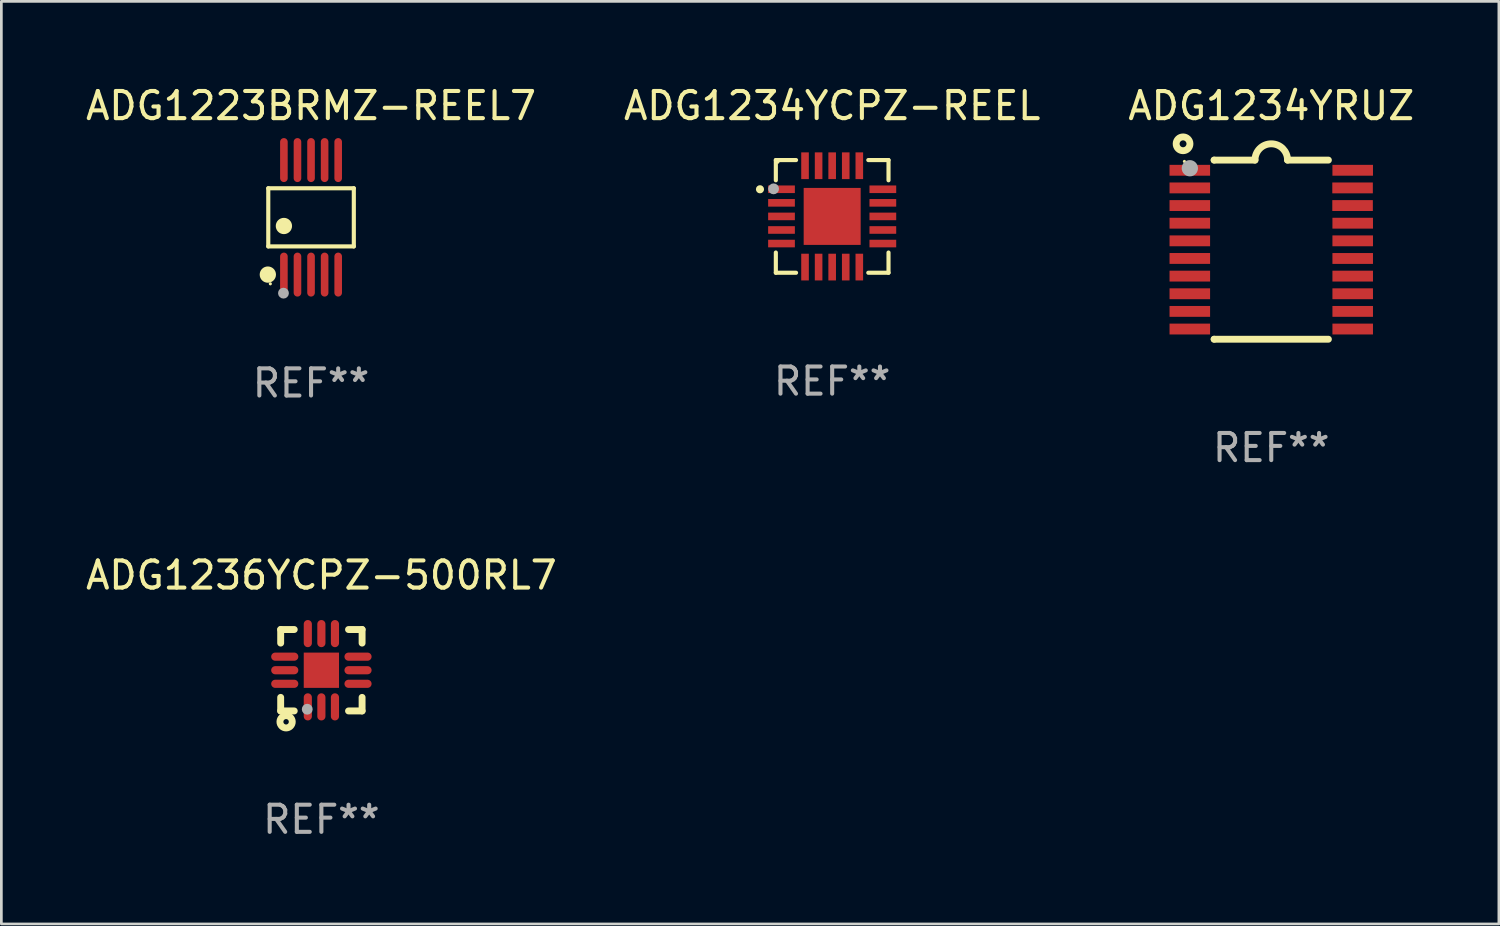
<source format=kicad_pcb>
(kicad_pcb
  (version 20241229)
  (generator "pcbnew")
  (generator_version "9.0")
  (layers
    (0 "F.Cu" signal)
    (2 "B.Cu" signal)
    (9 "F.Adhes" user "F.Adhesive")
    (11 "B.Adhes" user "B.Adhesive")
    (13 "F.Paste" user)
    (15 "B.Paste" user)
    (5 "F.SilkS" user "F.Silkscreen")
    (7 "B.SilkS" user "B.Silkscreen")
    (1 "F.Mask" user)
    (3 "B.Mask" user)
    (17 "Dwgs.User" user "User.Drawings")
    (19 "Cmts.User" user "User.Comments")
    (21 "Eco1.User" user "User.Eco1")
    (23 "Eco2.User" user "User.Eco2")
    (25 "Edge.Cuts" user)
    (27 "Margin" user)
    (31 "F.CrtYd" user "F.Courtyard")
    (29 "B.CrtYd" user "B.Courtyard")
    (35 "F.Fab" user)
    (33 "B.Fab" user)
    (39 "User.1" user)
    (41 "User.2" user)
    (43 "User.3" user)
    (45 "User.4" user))
  (footprint "ADG1236YCPZ-500RL7"
    (layer "F.Cu")
    (at 8.792 21.646)
    (property "Reference" "ADG1236YCPZ-500RL7" (at 0 -3.5 0) (layer "F.SilkS") (effects (font (size 1 1) (thickness 0.15))))
    (attr through_hole)
    (fp_line (start -1.5 -1.5) (end -1.5 -1) (stroke (width 0.254) (type solid)) (layer "F.SilkS"))
    (fp_line (start -1.5 -1.5) (end -1 -1.5) (stroke (width 0.254) (type solid)) (layer "F.SilkS"))
    (fp_line (start -1.5 1.5) (end -1.5 1) (stroke (width 0.254) (type solid)) (layer "F.SilkS"))
    (fp_line (start -1.5 1.5) (end -1 1.5) (stroke (width 0.254) (type solid)) (layer "F.SilkS"))
    (fp_line (start 1.5 -1.5) (end 1 -1.5) (stroke (width 0.254) (type solid)) (layer "F.SilkS"))
    (fp_line (start 1.5 -1.5) (end 1.5 -1) (stroke (width 0.254) (type solid)) (layer "F.SilkS"))
    (fp_line (start 1.5 1.5) (end 1 1.5) (stroke (width 0.254) (type solid)) (layer "F.SilkS"))
    (fp_line (start 1.5 1.5) (end 1.5 1) (stroke (width 0.254) (type solid)) (layer "F.SilkS"))
    (fp_circle (center -1.5 1.5) (end -1.47 1.5) (stroke (width 0.06) (type solid)) (fill no) (layer "F.SilkS"))
    (fp_circle (center -1.3 1.9) (end -1.2 1.9) (stroke (width 0.254) (type solid)) (fill no) (layer "F.SilkS"))
    (fp_circle (center -0.521 1.437) (end -0.421 1.437) (stroke (width 0.2) (type solid)) (fill no) (layer "F.Fab"))
    (fp_text user "REF**" (at 0 5.5 0) (layer "F.Fab") (effects (font (size 1 1) (thickness 0.15))))
    (pad "1" smd oval (at -0.5 1.35 180) (size 0.3 1) (layers "F.Cu" "F.Mask" "F.Paste"))
    (pad "2" smd oval (at -0.000064 1.35 180) (size 0.3 1) (layers "F.Cu" "F.Mask" "F.Paste"))
    (pad "3" smd oval (at 0.5 1.35 180) (size 0.3 1) (layers "F.Cu" "F.Mask" "F.Paste"))
    (pad "4" smd oval (at 1.35 0.5) (size 1 0.3) (layers "F.Cu" "F.Mask" "F.Paste"))
    (pad "5" smd oval (at 1.35 0.000038) (size 1 0.3) (layers "F.Cu" "F.Mask" "F.Paste"))
    (pad "6" smd oval (at 1.35 -0.5) (size 1 0.3) (layers "F.Cu" "F.Mask" "F.Paste"))
    (pad "7" smd oval (at 0.5 -1.35 180) (size 0.3 1) (layers "F.Cu" "F.Mask" "F.Paste"))
    (pad "8" smd oval (at -0.000064 -1.35 180) (size 0.3 1) (layers "F.Cu" "F.Mask" "F.Paste"))
    (pad "9" smd oval (at -0.5 -1.35 180) (size 0.3 1) (layers "F.Cu" "F.Mask" "F.Paste"))
    (pad "10" smd oval (at -1.35 -0.5) (size 1 0.3) (layers "F.Cu" "F.Mask" "F.Paste"))
    (pad "11" smd oval (at -1.35 0.000038) (size 1 0.3) (layers "F.Cu" "F.Mask" "F.Paste"))
    (pad "12" smd oval (at -1.35 0.5) (size 1 0.3) (layers "F.Cu" "F.Mask" "F.Paste"))
    (pad "13" smd rect (at -0.000064 0.000038 90) (size 1.3 1.3) (layers "F.Cu" "F.Mask" "F.Paste")))
  (footprint "ADG1234YRUZ"
    (layer "F.Cu")
    (at 43.792 6.149)
    (property "Reference" "ADG1234YRUZ" (at 0 -5.3 0) (layer "F.SilkS") (effects (font (size 1 1) (thickness 0.15))))
    (attr through_hole)
    (fp_line (start -2.105 -3.3) (end -2.105 -3.3) (stroke (width 0.254) (type solid)) (layer "F.SilkS"))
    (fp_line (start -2.105 -3.3) (end -0.6 -3.3) (stroke (width 0.254) (type solid)) (layer "F.SilkS"))
    (fp_line (start -2.105 3.3) (end -2.105 3.3) (stroke (width 0.254) (type solid)) (layer "F.SilkS"))
    (fp_line (start 0.6 -3.3) (end 2.105 -3.3) (stroke (width 0.254) (type solid)) (layer "F.SilkS"))
    (fp_line (start 2.105 3.3) (end -2.105 3.3) (stroke (width 0.254) (type solid)) (layer "F.SilkS"))
    (fp_arc (start -0.599924 -3.300026) (mid 0.000114 -3.897415) (end 0.600152 -3.300025) (stroke (width 0.254001) (type solid)) (layer "F.SilkS"))
    (fp_circle (center -3.25 -3.9) (end -2.996 -3.9) (stroke (width 0.254) (type solid)) (fill no) (layer "F.SilkS"))
    (fp_circle (center -3.2 -3.25) (end -3.17 -3.25) (stroke (width 0.06) (type solid)) (fill no) (layer "F.SilkS"))
    (fp_circle (center -3 -3) (end -2.85 -3) (stroke (width 0.3) (type solid)) (fill no) (layer "F.Fab"))
    (fp_text user "REF**" (at 0 7.3 0) (layer "F.Fab") (effects (font (size 1 1) (thickness 0.15))))
    (pad "1" smd rect (at -3.001 -2.925 270) (size 0.4 1.494) (layers "F.Cu" "F.Mask" "F.Paste"))
    (pad "2" smd rect (at -3.001 -2.275 270) (size 0.4 1.494) (layers "F.Cu" "F.Mask" "F.Paste"))
    (pad "3" smd rect (at -3.001 -1.625 270) (size 0.4 1.494) (layers "F.Cu" "F.Mask" "F.Paste"))
    (pad "4" smd rect (at -3.001 -0.975 270) (size 0.4 1.494) (layers "F.Cu" "F.Mask" "F.Paste"))
    (pad "5" smd rect (at -3.001 -0.325 270) (size 0.4 1.494) (layers "F.Cu" "F.Mask" "F.Paste"))
    (pad "6" smd rect (at -3.001 0.324 270) (size 0.4 1.494) (layers "F.Cu" "F.Mask" "F.Paste"))
    (pad "7" smd rect (at -3.001 0.975 270) (size 0.4 1.494) (layers "F.Cu" "F.Mask" "F.Paste"))
    (pad "8" smd rect (at -3.001 1.625 270) (size 0.4 1.494) (layers "F.Cu" "F.Mask" "F.Paste"))
    (pad "9" smd rect (at -3.001 2.275 270) (size 0.4 1.494) (layers "F.Cu" "F.Mask" "F.Paste"))
    (pad "10" smd rect (at -3.001 2.925 270) (size 0.4 1.494) (layers "F.Cu" "F.Mask" "F.Paste"))
    (pad "11" smd rect (at 3.001 2.925 270) (size 0.4 1.494) (layers "F.Cu" "F.Mask" "F.Paste"))
    (pad "12" smd rect (at 3.001 2.275 270) (size 0.4 1.494) (layers "F.Cu" "F.Mask" "F.Paste"))
    (pad "13" smd rect (at 3.001 1.625 270) (size 0.4 1.494) (layers "F.Cu" "F.Mask" "F.Paste"))
    (pad "14" smd rect (at 3.001 0.975 270) (size 0.4 1.494) (layers "F.Cu" "F.Mask" "F.Paste"))
    (pad "15" smd rect (at 3.001 0.325 270) (size 0.4 1.494) (layers "F.Cu" "F.Mask" "F.Paste"))
    (pad "16" smd rect (at 3.001 -0.325 270) (size 0.4 1.494) (layers "F.Cu" "F.Mask" "F.Paste"))
    (pad "17" smd rect (at 3.001 -0.975 270) (size 0.4 1.494) (layers "F.Cu" "F.Mask" "F.Paste"))
    (pad "18" smd rect (at 2.996 -1.625 270) (size 0.4 1.494) (layers "F.Cu" "F.Mask" "F.Paste"))
    (pad "19" smd rect (at 2.996 -2.275 270) (size 0.4 1.494) (layers "F.Cu" "F.Mask" "F.Paste"))
    (pad "20" smd rect (at 3.001 -2.925 270) (size 0.4 1.494) (layers "F.Cu" "F.Mask" "F.Paste")))
  (footprint "ADG1234YCPZ-REEL"
    (layer "F.Cu")
    (at 27.613 4.924)
    (property "Reference" "ADG1234YCPZ-REEL" (at 0 -4.076 0) (layer "F.SilkS") (effects (font (size 1 1) (thickness 0.15))))
    (attr through_hole)
    (fp_line (start -2.076 -2.076) (end -2.076 -1.331) (stroke (width 0.152) (type solid)) (layer "F.SilkS"))
    (fp_line (start -2.076 2.076) (end -2.076 1.331) (stroke (width 0.152) (type solid)) (layer "F.SilkS"))
    (fp_line (start -1.331 -2.076) (end -2.076 -2.076) (stroke (width 0.152) (type solid)) (layer "F.SilkS"))
    (fp_line (start -1.331 2.076) (end -2.076 2.076) (stroke (width 0.152) (type solid)) (layer "F.SilkS"))
    (fp_line (start 1.331 -2.076) (end 2.076 -2.076) (stroke (width 0.152) (type solid)) (layer "F.SilkS"))
    (fp_line (start 1.331 2.076) (end 2.076 2.076) (stroke (width 0.152) (type solid)) (layer "F.SilkS"))
    (fp_line (start 2.076 -2.076) (end 2.076 -1.331) (stroke (width 0.152) (type solid)) (layer "F.SilkS"))
    (fp_line (start 2.076 2.076) (end 2.076 1.331) (stroke (width 0.152) (type solid)) (layer "F.SilkS"))
    (fp_circle (center -2.66 -1) (end -2.585 -1) (stroke (width 0.15) (type solid)) (fill no) (layer "F.SilkS"))
    (fp_circle (center -2 -2) (end -1.97 -2) (stroke (width 0.06) (type solid)) (fill no) (layer "F.SilkS"))
    (fp_circle (center -2.159 -1.016) (end -2.059 -1.016) (stroke (width 0.2) (type solid)) (fill no) (layer "F.Fab"))
    (fp_text user "REF**" (at 0 6.076 0) (layer "F.Fab") (effects (font (size 1 1) (thickness 0.15))))
    (pad "1" smd rect (at -1.867 -1) (size 0.985 0.28) (layers "F.Cu" "F.Mask" "F.Paste"))
    (pad "2" smd rect (at -1.867 -0.5) (size 0.985 0.28) (layers "F.Cu" "F.Mask" "F.Paste"))
    (pad "3" smd rect (at -1.867 0) (size 0.985 0.28) (layers "F.Cu" "F.Mask" "F.Paste"))
    (pad "4" smd rect (at -1.867 0.5) (size 0.985 0.28) (layers "F.Cu" "F.Mask" "F.Paste"))
    (pad "5" smd rect (at -1.867 1) (size 0.985 0.28) (layers "F.Cu" "F.Mask" "F.Paste"))
    (pad "6" smd rect (at -1 1.867) (size 0.28 0.985) (layers "F.Cu" "F.Mask" "F.Paste"))
    (pad "7" smd rect (at -0.5 1.867) (size 0.28 0.985) (layers "F.Cu" "F.Mask" "F.Paste"))
    (pad "8" smd rect (at 0 1.867) (size 0.28 0.985) (layers "F.Cu" "F.Mask" "F.Paste"))
    (pad "9" smd rect (at 0.5 1.867) (size 0.28 0.985) (layers "F.Cu" "F.Mask" "F.Paste"))
    (pad "10" smd rect (at 1 1.867) (size 0.28 0.985) (layers "F.Cu" "F.Mask" "F.Paste"))
    (pad "11" smd rect (at 1.867 1) (size 0.985 0.28) (layers "F.Cu" "F.Mask" "F.Paste"))
    (pad "12" smd rect (at 1.867 0.5) (size 0.985 0.28) (layers "F.Cu" "F.Mask" "F.Paste"))
    (pad "13" smd rect (at 1.867 0) (size 0.985 0.28) (layers "F.Cu" "F.Mask" "F.Paste"))
    (pad "14" smd rect (at 1.867 -0.5) (size 0.985 0.28) (layers "F.Cu" "F.Mask" "F.Paste"))
    (pad "15" smd rect (at 1.867 -1) (size 0.985 0.28) (layers "F.Cu" "F.Mask" "F.Paste"))
    (pad "16" smd rect (at 1 -1.867) (size 0.28 0.985) (layers "F.Cu" "F.Mask" "F.Paste"))
    (pad "17" smd rect (at 0.5 -1.867) (size 0.28 0.985) (layers "F.Cu" "F.Mask" "F.Paste"))
    (pad "18" smd rect (at 0 -1.867) (size 0.28 0.985) (layers "F.Cu" "F.Mask" "F.Paste"))
    (pad "19" smd rect (at -0.5 -1.867) (size 0.28 0.985) (layers "F.Cu" "F.Mask" "F.Paste"))
    (pad "20" smd rect (at -1 -1.867) (size 0.28 0.985) (layers "F.Cu" "F.Mask" "F.Paste"))
    (pad "21" smd rect (at 0 0) (size 2.1 2.1) (layers "F.Cu" "F.Mask" "F.Paste")))
  (footprint "ADG1223BRMZ-REEL7"
    (layer "F.Cu")
    (at 8.411 4.958)
    (property "Reference" "ADG1223BRMZ-REEL7" (at 0 -4.11 0) (layer "F.SilkS") (effects (font (size 1 1) (thickness 0.15))))
    (attr through_hole)
    (fp_line (start -1.576 -1.071) (end 1.576 -1.071) (stroke (width 0.152) (type solid)) (layer "F.SilkS"))
    (fp_line (start -1.576 1.071) (end -1.576 -1.071) (stroke (width 0.152) (type solid)) (layer "F.SilkS"))
    (fp_line (start 1.576 -1.071) (end 1.576 1.071) (stroke (width 0.152) (type solid)) (layer "F.SilkS"))
    (fp_line (start 1.576 1.071) (end -1.576 1.071) (stroke (width 0.152) (type solid)) (layer "F.SilkS"))
    (fp_circle (center -1.592 2.11) (end -1.442 2.11) (stroke (width 0.3) (type solid)) (fill no) (layer "F.SilkS"))
    (fp_circle (center -1.5 2.45) (end -1.47 2.45) (stroke (width 0.06) (type solid)) (fill no) (layer "F.SilkS"))
    (fp_circle (center -1 0.319) (end -0.85 0.319) (stroke (width 0.3) (type solid)) (fill no) (layer "F.SilkS"))
    (fp_circle (center -1.016 2.794) (end -0.916 2.794) (stroke (width 0.2) (type solid)) (fill no) (layer "F.Fab"))
    (fp_text user "REF**" (at 0 6.11 0) (layer "F.Fab") (effects (font (size 1 1) (thickness 0.15))))
    (pad "1" smd oval (at -1 2.11) (size 0.28 1.62) (layers "F.Cu" "F.Mask" "F.Paste"))
    (pad "2" smd oval (at -0.5 2.11) (size 0.28 1.62) (layers "F.Cu" "F.Mask" "F.Paste"))
    (pad "3" smd oval (at 0 2.11) (size 0.28 1.62) (layers "F.Cu" "F.Mask" "F.Paste"))
    (pad "4" smd oval (at 0.5 2.11) (size 0.28 1.62) (layers "F.Cu" "F.Mask" "F.Paste"))
    (pad "5" smd oval (at 1 2.11) (size 0.28 1.62) (layers "F.Cu" "F.Mask" "F.Paste"))
    (pad "6" smd oval (at 1 -2.11) (size 0.28 1.62) (layers "F.Cu" "F.Mask" "F.Paste"))
    (pad "7" smd oval (at 0.5 -2.11) (size 0.28 1.62) (layers "F.Cu" "F.Mask" "F.Paste"))
    (pad "8" smd oval (at 0 -2.11) (size 0.28 1.62) (layers "F.Cu" "F.Mask" "F.Paste"))
    (pad "9" smd oval (at -0.5 -2.11) (size 0.28 1.62) (layers "F.Cu" "F.Mask" "F.Paste"))
    (pad "10" smd oval (at -1 -2.11) (size 0.28 1.62) (layers "F.Cu" "F.Mask" "F.Paste")))
  (gr_rect
    (start -3 -3)
    (end 52.179 30.994)
    (stroke (width 0.1) (type default))
    (fill no)
    (layer "Edge.Cuts")))
</source>
